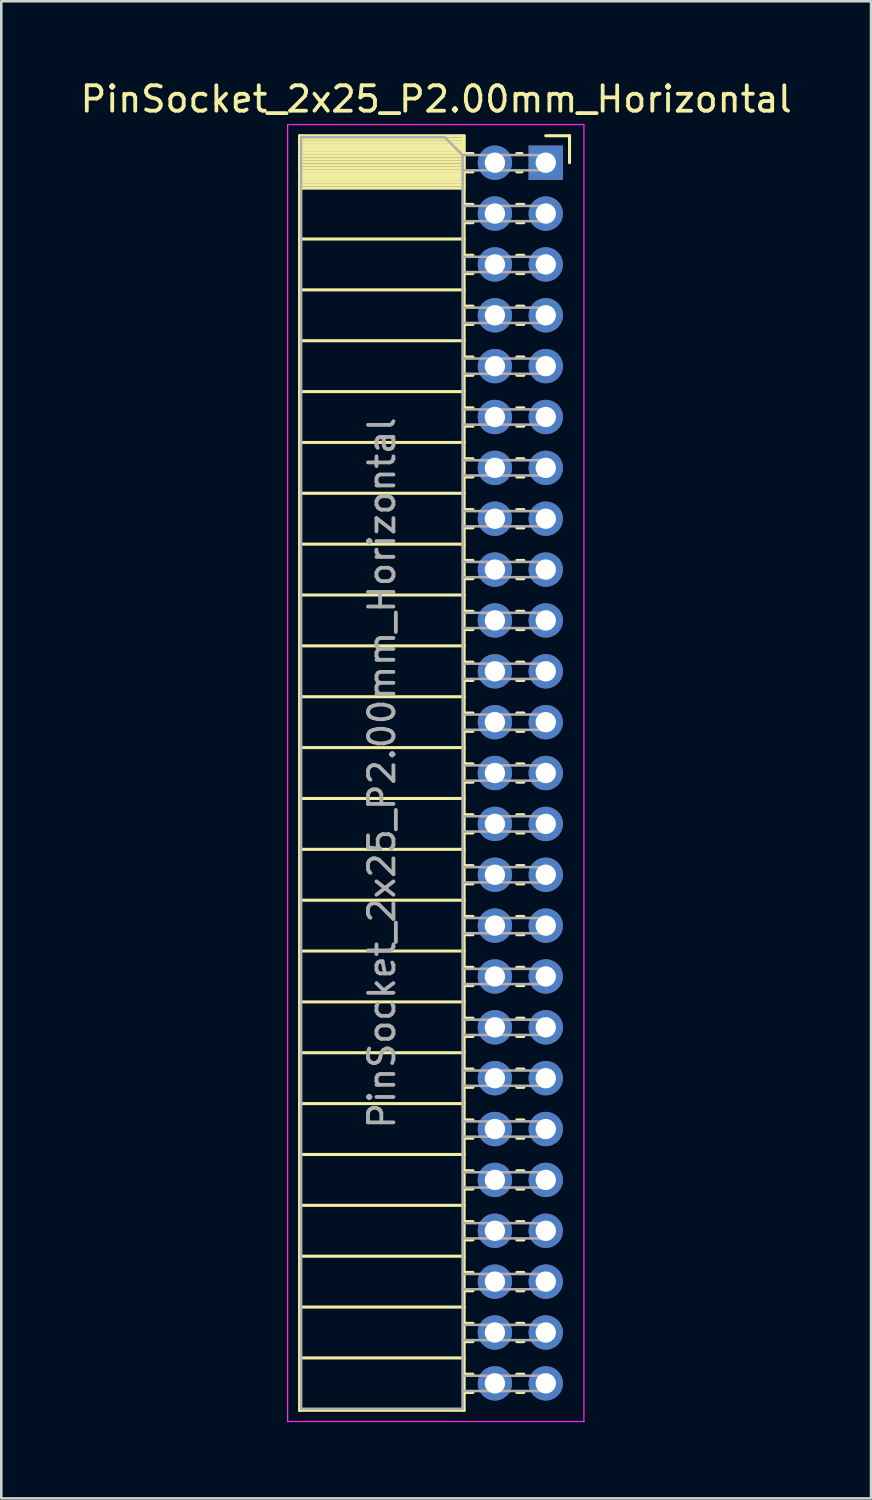
<source format=kicad_pcb>
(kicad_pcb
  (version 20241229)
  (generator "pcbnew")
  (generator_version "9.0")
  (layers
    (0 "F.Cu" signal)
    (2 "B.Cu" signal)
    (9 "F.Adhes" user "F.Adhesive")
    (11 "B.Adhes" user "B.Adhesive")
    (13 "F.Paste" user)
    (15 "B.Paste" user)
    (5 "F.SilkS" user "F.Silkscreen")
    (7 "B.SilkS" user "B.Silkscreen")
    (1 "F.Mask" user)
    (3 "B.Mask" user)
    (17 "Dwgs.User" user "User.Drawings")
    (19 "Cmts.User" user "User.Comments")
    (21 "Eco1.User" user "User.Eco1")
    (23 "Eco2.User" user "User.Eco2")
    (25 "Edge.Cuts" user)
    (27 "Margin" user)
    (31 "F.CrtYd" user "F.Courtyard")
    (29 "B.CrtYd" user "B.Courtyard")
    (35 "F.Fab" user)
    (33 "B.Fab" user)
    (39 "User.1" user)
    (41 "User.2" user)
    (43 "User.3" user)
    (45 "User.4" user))
  (footprint "PinSocket_2x25_P2.00mm_Horizontal"
    (layer "F.Cu")
    (at 18.411 3.348)
    (property "Reference" "PinSocket_2x25_P2.00mm_Horizontal" (at -4.31 -2.5 0) (layer "F.SilkS") (effects (font (size 1 1) (thickness 0.15))))
    (attr through_hole)
    (fp_line (start -9.68 -1.06) (end -9.68 49.06) (stroke (width 0.12) (type solid)) (layer "F.SilkS"))
    (fp_line (start -9.68 -1.06) (end -3.21 -1.06) (stroke (width 0.12) (type solid)) (layer "F.SilkS"))
    (fp_line (start -9.68 -0.94) (end -3.21 -0.94) (stroke (width 0.12) (type solid)) (layer "F.SilkS"))
    (fp_line (start -9.68 -0.826) (end -3.21 -0.826) (stroke (width 0.12) (type solid)) (layer "F.SilkS"))
    (fp_line (start -9.68 -0.712) (end -3.21 -0.712) (stroke (width 0.12) (type solid)) (layer "F.SilkS"))
    (fp_line (start -9.68 -0.598) (end -3.21 -0.598) (stroke (width 0.12) (type solid)) (layer "F.SilkS"))
    (fp_line (start -9.68 -0.484) (end -3.21 -0.484) (stroke (width 0.12) (type solid)) (layer "F.SilkS"))
    (fp_line (start -9.68 -0.369) (end -3.21 -0.369) (stroke (width 0.12) (type solid)) (layer "F.SilkS"))
    (fp_line (start -9.68 -0.255) (end -3.21 -0.255) (stroke (width 0.12) (type solid)) (layer "F.SilkS"))
    (fp_line (start -9.68 -0.141) (end -3.21 -0.141) (stroke (width 0.12) (type solid)) (layer "F.SilkS"))
    (fp_line (start -9.68 -0.027) (end -3.21 -0.027) (stroke (width 0.12) (type solid)) (layer "F.SilkS"))
    (fp_line (start -9.68 0.087) (end -3.21 0.087) (stroke (width 0.12) (type solid)) (layer "F.SilkS"))
    (fp_line (start -9.68 0.201) (end -3.21 0.201) (stroke (width 0.12) (type solid)) (layer "F.SilkS"))
    (fp_line (start -9.68 0.315) (end -3.21 0.315) (stroke (width 0.12) (type solid)) (layer "F.SilkS"))
    (fp_line (start -9.68 0.429) (end -3.21 0.429) (stroke (width 0.12) (type solid)) (layer "F.SilkS"))
    (fp_line (start -9.68 0.544) (end -3.21 0.544) (stroke (width 0.12) (type solid)) (layer "F.SilkS"))
    (fp_line (start -9.68 0.658) (end -3.21 0.658) (stroke (width 0.12) (type solid)) (layer "F.SilkS"))
    (fp_line (start -9.68 0.772) (end -3.21 0.772) (stroke (width 0.12) (type solid)) (layer "F.SilkS"))
    (fp_line (start -9.68 0.886) (end -3.21 0.886) (stroke (width 0.12) (type solid)) (layer "F.SilkS"))
    (fp_line (start -9.68 1) (end -3.21 1) (stroke (width 0.12) (type solid)) (layer "F.SilkS"))
    (fp_line (start -9.68 3) (end -3.21 3) (stroke (width 0.12) (type solid)) (layer "F.SilkS"))
    (fp_line (start -9.68 5) (end -3.21 5) (stroke (width 0.12) (type solid)) (layer "F.SilkS"))
    (fp_line (start -9.68 7) (end -3.21 7) (stroke (width 0.12) (type solid)) (layer "F.SilkS"))
    (fp_line (start -9.68 9) (end -3.21 9) (stroke (width 0.12) (type solid)) (layer "F.SilkS"))
    (fp_line (start -9.68 11) (end -3.21 11) (stroke (width 0.12) (type solid)) (layer "F.SilkS"))
    (fp_line (start -9.68 13) (end -3.21 13) (stroke (width 0.12) (type solid)) (layer "F.SilkS"))
    (fp_line (start -9.68 15) (end -3.21 15) (stroke (width 0.12) (type solid)) (layer "F.SilkS"))
    (fp_line (start -9.68 17) (end -3.21 17) (stroke (width 0.12) (type solid)) (layer "F.SilkS"))
    (fp_line (start -9.68 19) (end -3.21 19) (stroke (width 0.12) (type solid)) (layer "F.SilkS"))
    (fp_line (start -9.68 21) (end -3.21 21) (stroke (width 0.12) (type solid)) (layer "F.SilkS"))
    (fp_line (start -9.68 23) (end -3.21 23) (stroke (width 0.12) (type solid)) (layer "F.SilkS"))
    (fp_line (start -9.68 25) (end -3.21 25) (stroke (width 0.12) (type solid)) (layer "F.SilkS"))
    (fp_line (start -9.68 27) (end -3.21 27) (stroke (width 0.12) (type solid)) (layer "F.SilkS"))
    (fp_line (start -9.68 29) (end -3.21 29) (stroke (width 0.12) (type solid)) (layer "F.SilkS"))
    (fp_line (start -9.68 31) (end -3.21 31) (stroke (width 0.12) (type solid)) (layer "F.SilkS"))
    (fp_line (start -9.68 33) (end -3.21 33) (stroke (width 0.12) (type solid)) (layer "F.SilkS"))
    (fp_line (start -9.68 35) (end -3.21 35) (stroke (width 0.12) (type solid)) (layer "F.SilkS"))
    (fp_line (start -9.68 37) (end -3.21 37) (stroke (width 0.12) (type solid)) (layer "F.SilkS"))
    (fp_line (start -9.68 39) (end -3.21 39) (stroke (width 0.12) (type solid)) (layer "F.SilkS"))
    (fp_line (start -9.68 41) (end -3.21 41) (stroke (width 0.12) (type solid)) (layer "F.SilkS"))
    (fp_line (start -9.68 43) (end -3.21 43) (stroke (width 0.12) (type solid)) (layer "F.SilkS"))
    (fp_line (start -9.68 45) (end -3.21 45) (stroke (width 0.12) (type solid)) (layer "F.SilkS"))
    (fp_line (start -9.68 47) (end -3.21 47) (stroke (width 0.12) (type solid)) (layer "F.SilkS"))
    (fp_line (start -9.68 49.06) (end -3.21 49.06) (stroke (width 0.12) (type solid)) (layer "F.SilkS"))
    (fp_line (start -3.21 -1.06) (end -3.21 49.06) (stroke (width 0.12) (type solid)) (layer "F.SilkS"))
    (fp_line (start -3.21 -0.36) (end -2.863 -0.36) (stroke (width 0.12) (type solid)) (layer "F.SilkS"))
    (fp_line (start -3.21 0.36) (end -2.863 0.36) (stroke (width 0.12) (type solid)) (layer "F.SilkS"))
    (fp_line (start -3.21 1.64) (end -2.863 1.64) (stroke (width 0.12) (type solid)) (layer "F.SilkS"))
    (fp_line (start -3.21 2.36) (end -2.863 2.36) (stroke (width 0.12) (type solid)) (layer "F.SilkS"))
    (fp_line (start -3.21 3.64) (end -2.863 3.64) (stroke (width 0.12) (type solid)) (layer "F.SilkS"))
    (fp_line (start -3.21 4.36) (end -2.863 4.36) (stroke (width 0.12) (type solid)) (layer "F.SilkS"))
    (fp_line (start -3.21 5.64) (end -2.863 5.64) (stroke (width 0.12) (type solid)) (layer "F.SilkS"))
    (fp_line (start -3.21 6.36) (end -2.863 6.36) (stroke (width 0.12) (type solid)) (layer "F.SilkS"))
    (fp_line (start -3.21 7.64) (end -2.863 7.64) (stroke (width 0.12) (type solid)) (layer "F.SilkS"))
    (fp_line (start -3.21 8.36) (end -2.863 8.36) (stroke (width 0.12) (type solid)) (layer "F.SilkS"))
    (fp_line (start -3.21 9.64) (end -2.863 9.64) (stroke (width 0.12) (type solid)) (layer "F.SilkS"))
    (fp_line (start -3.21 10.36) (end -2.863 10.36) (stroke (width 0.12) (type solid)) (layer "F.SilkS"))
    (fp_line (start -3.21 11.64) (end -2.863 11.64) (stroke (width 0.12) (type solid)) (layer "F.SilkS"))
    (fp_line (start -3.21 12.36) (end -2.863 12.36) (stroke (width 0.12) (type solid)) (layer "F.SilkS"))
    (fp_line (start -3.21 13.64) (end -2.863 13.64) (stroke (width 0.12) (type solid)) (layer "F.SilkS"))
    (fp_line (start -3.21 14.36) (end -2.863 14.36) (stroke (width 0.12) (type solid)) (layer "F.SilkS"))
    (fp_line (start -3.21 15.64) (end -2.863 15.64) (stroke (width 0.12) (type solid)) (layer "F.SilkS"))
    (fp_line (start -3.21 16.36) (end -2.863 16.36) (stroke (width 0.12) (type solid)) (layer "F.SilkS"))
    (fp_line (start -3.21 17.64) (end -2.863 17.64) (stroke (width 0.12) (type solid)) (layer "F.SilkS"))
    (fp_line (start -3.21 18.36) (end -2.863 18.36) (stroke (width 0.12) (type solid)) (layer "F.SilkS"))
    (fp_line (start -3.21 19.64) (end -2.863 19.64) (stroke (width 0.12) (type solid)) (layer "F.SilkS"))
    (fp_line (start -3.21 20.36) (end -2.863 20.36) (stroke (width 0.12) (type solid)) (layer "F.SilkS"))
    (fp_line (start -3.21 21.64) (end -2.863 21.64) (stroke (width 0.12) (type solid)) (layer "F.SilkS"))
    (fp_line (start -3.21 22.36) (end -2.863 22.36) (stroke (width 0.12) (type solid)) (layer "F.SilkS"))
    (fp_line (start -3.21 23.64) (end -2.863 23.64) (stroke (width 0.12) (type solid)) (layer "F.SilkS"))
    (fp_line (start -3.21 24.36) (end -2.863 24.36) (stroke (width 0.12) (type solid)) (layer "F.SilkS"))
    (fp_line (start -3.21 25.64) (end -2.863 25.64) (stroke (width 0.12) (type solid)) (layer "F.SilkS"))
    (fp_line (start -3.21 26.36) (end -2.863 26.36) (stroke (width 0.12) (type solid)) (layer "F.SilkS"))
    (fp_line (start -3.21 27.64) (end -2.863 27.64) (stroke (width 0.12) (type solid)) (layer "F.SilkS"))
    (fp_line (start -3.21 28.36) (end -2.863 28.36) (stroke (width 0.12) (type solid)) (layer "F.SilkS"))
    (fp_line (start -3.21 29.64) (end -2.863 29.64) (stroke (width 0.12) (type solid)) (layer "F.SilkS"))
    (fp_line (start -3.21 30.36) (end -2.863 30.36) (stroke (width 0.12) (type solid)) (layer "F.SilkS"))
    (fp_line (start -3.21 31.64) (end -2.863 31.64) (stroke (width 0.12) (type solid)) (layer "F.SilkS"))
    (fp_line (start -3.21 32.36) (end -2.863 32.36) (stroke (width 0.12) (type solid)) (layer "F.SilkS"))
    (fp_line (start -3.21 33.64) (end -2.863 33.64) (stroke (width 0.12) (type solid)) (layer "F.SilkS"))
    (fp_line (start -3.21 34.36) (end -2.863 34.36) (stroke (width 0.12) (type solid)) (layer "F.SilkS"))
    (fp_line (start -3.21 35.64) (end -2.863 35.64) (stroke (width 0.12) (type solid)) (layer "F.SilkS"))
    (fp_line (start -3.21 36.36) (end -2.863 36.36) (stroke (width 0.12) (type solid)) (layer "F.SilkS"))
    (fp_line (start -3.21 37.64) (end -2.863 37.64) (stroke (width 0.12) (type solid)) (layer "F.SilkS"))
    (fp_line (start -3.21 38.36) (end -2.863 38.36) (stroke (width 0.12) (type solid)) (layer "F.SilkS"))
    (fp_line (start -3.21 39.64) (end -2.863 39.64) (stroke (width 0.12) (type solid)) (layer "F.SilkS"))
    (fp_line (start -3.21 40.36) (end -2.863 40.36) (stroke (width 0.12) (type solid)) (layer "F.SilkS"))
    (fp_line (start -3.21 41.64) (end -2.863 41.64) (stroke (width 0.12) (type solid)) (layer "F.SilkS"))
    (fp_line (start -3.21 42.36) (end -2.863 42.36) (stroke (width 0.12) (type solid)) (layer "F.SilkS"))
    (fp_line (start -3.21 43.64) (end -2.863 43.64) (stroke (width 0.12) (type solid)) (layer "F.SilkS"))
    (fp_line (start -3.21 44.36) (end -2.863 44.36) (stroke (width 0.12) (type solid)) (layer "F.SilkS"))
    (fp_line (start -3.21 45.64) (end -2.863 45.64) (stroke (width 0.12) (type solid)) (layer "F.SilkS"))
    (fp_line (start -3.21 46.36) (end -2.863 46.36) (stroke (width 0.12) (type solid)) (layer "F.SilkS"))
    (fp_line (start -3.21 47.64) (end -2.863 47.64) (stroke (width 0.12) (type solid)) (layer "F.SilkS"))
    (fp_line (start -3.21 48.36) (end -2.863 48.36) (stroke (width 0.12) (type solid)) (layer "F.SilkS"))
    (fp_line (start -1.137 -0.36) (end -0.935 -0.36) (stroke (width 0.12) (type solid)) (layer "F.SilkS"))
    (fp_line (start -1.137 0.36) (end -0.935 0.36) (stroke (width 0.12) (type solid)) (layer "F.SilkS"))
    (fp_line (start -1.137 1.64) (end -0.863 1.64) (stroke (width 0.12) (type solid)) (layer "F.SilkS"))
    (fp_line (start -1.137 2.36) (end -0.863 2.36) (stroke (width 0.12) (type solid)) (layer "F.SilkS"))
    (fp_line (start -1.137 3.64) (end -0.863 3.64) (stroke (width 0.12) (type solid)) (layer "F.SilkS"))
    (fp_line (start -1.137 4.36) (end -0.863 4.36) (stroke (width 0.12) (type solid)) (layer "F.SilkS"))
    (fp_line (start -1.137 5.64) (end -0.863 5.64) (stroke (width 0.12) (type solid)) (layer "F.SilkS"))
    (fp_line (start -1.137 6.36) (end -0.863 6.36) (stroke (width 0.12) (type solid)) (layer "F.SilkS"))
    (fp_line (start -1.137 7.64) (end -0.863 7.64) (stroke (width 0.12) (type solid)) (layer "F.SilkS"))
    (fp_line (start -1.137 8.36) (end -0.863 8.36) (stroke (width 0.12) (type solid)) (layer "F.SilkS"))
    (fp_line (start -1.137 9.64) (end -0.863 9.64) (stroke (width 0.12) (type solid)) (layer "F.SilkS"))
    (fp_line (start -1.137 10.36) (end -0.863 10.36) (stroke (width 0.12) (type solid)) (layer "F.SilkS"))
    (fp_line (start -1.137 11.64) (end -0.863 11.64) (stroke (width 0.12) (type solid)) (layer "F.SilkS"))
    (fp_line (start -1.137 12.36) (end -0.863 12.36) (stroke (width 0.12) (type solid)) (layer "F.SilkS"))
    (fp_line (start -1.137 13.64) (end -0.863 13.64) (stroke (width 0.12) (type solid)) (layer "F.SilkS"))
    (fp_line (start -1.137 14.36) (end -0.863 14.36) (stroke (width 0.12) (type solid)) (layer "F.SilkS"))
    (fp_line (start -1.137 15.64) (end -0.863 15.64) (stroke (width 0.12) (type solid)) (layer "F.SilkS"))
    (fp_line (start -1.137 16.36) (end -0.863 16.36) (stroke (width 0.12) (type solid)) (layer "F.SilkS"))
    (fp_line (start -1.137 17.64) (end -0.863 17.64) (stroke (width 0.12) (type solid)) (layer "F.SilkS"))
    (fp_line (start -1.137 18.36) (end -0.863 18.36) (stroke (width 0.12) (type solid)) (layer "F.SilkS"))
    (fp_line (start -1.137 19.64) (end -0.863 19.64) (stroke (width 0.12) (type solid)) (layer "F.SilkS"))
    (fp_line (start -1.137 20.36) (end -0.863 20.36) (stroke (width 0.12) (type solid)) (layer "F.SilkS"))
    (fp_line (start -1.137 21.64) (end -0.863 21.64) (stroke (width 0.12) (type solid)) (layer "F.SilkS"))
    (fp_line (start -1.137 22.36) (end -0.863 22.36) (stroke (width 0.12) (type solid)) (layer "F.SilkS"))
    (fp_line (start -1.137 23.64) (end -0.863 23.64) (stroke (width 0.12) (type solid)) (layer "F.SilkS"))
    (fp_line (start -1.137 24.36) (end -0.863 24.36) (stroke (width 0.12) (type solid)) (layer "F.SilkS"))
    (fp_line (start -1.137 25.64) (end -0.863 25.64) (stroke (width 0.12) (type solid)) (layer "F.SilkS"))
    (fp_line (start -1.137 26.36) (end -0.863 26.36) (stroke (width 0.12) (type solid)) (layer "F.SilkS"))
    (fp_line (start -1.137 27.64) (end -0.863 27.64) (stroke (width 0.12) (type solid)) (layer "F.SilkS"))
    (fp_line (start -1.137 28.36) (end -0.863 28.36) (stroke (width 0.12) (type solid)) (layer "F.SilkS"))
    (fp_line (start -1.137 29.64) (end -0.863 29.64) (stroke (width 0.12) (type solid)) (layer "F.SilkS"))
    (fp_line (start -1.137 30.36) (end -0.863 30.36) (stroke (width 0.12) (type solid)) (layer "F.SilkS"))
    (fp_line (start -1.137 31.64) (end -0.863 31.64) (stroke (width 0.12) (type solid)) (layer "F.SilkS"))
    (fp_line (start -1.137 32.36) (end -0.863 32.36) (stroke (width 0.12) (type solid)) (layer "F.SilkS"))
    (fp_line (start -1.137 33.64) (end -0.863 33.64) (stroke (width 0.12) (type solid)) (layer "F.SilkS"))
    (fp_line (start -1.137 34.36) (end -0.863 34.36) (stroke (width 0.12) (type solid)) (layer "F.SilkS"))
    (fp_line (start -1.137 35.64) (end -0.863 35.64) (stroke (width 0.12) (type solid)) (layer "F.SilkS"))
    (fp_line (start -1.137 36.36) (end -0.863 36.36) (stroke (width 0.12) (type solid)) (layer "F.SilkS"))
    (fp_line (start -1.137 37.64) (end -0.863 37.64) (stroke (width 0.12) (type solid)) (layer "F.SilkS"))
    (fp_line (start -1.137 38.36) (end -0.863 38.36) (stroke (width 0.12) (type solid)) (layer "F.SilkS"))
    (fp_line (start -1.137 39.64) (end -0.863 39.64) (stroke (width 0.12) (type solid)) (layer "F.SilkS"))
    (fp_line (start -1.137 40.36) (end -0.863 40.36) (stroke (width 0.12) (type solid)) (layer "F.SilkS"))
    (fp_line (start -1.137 41.64) (end -0.863 41.64) (stroke (width 0.12) (type solid)) (layer "F.SilkS"))
    (fp_line (start -1.137 42.36) (end -0.863 42.36) (stroke (width 0.12) (type solid)) (layer "F.SilkS"))
    (fp_line (start -1.137 43.64) (end -0.863 43.64) (stroke (width 0.12) (type solid)) (layer "F.SilkS"))
    (fp_line (start -1.137 44.36) (end -0.863 44.36) (stroke (width 0.12) (type solid)) (layer "F.SilkS"))
    (fp_line (start -1.137 45.64) (end -0.863 45.64) (stroke (width 0.12) (type solid)) (layer "F.SilkS"))
    (fp_line (start -1.137 46.36) (end -0.863 46.36) (stroke (width 0.12) (type solid)) (layer "F.SilkS"))
    (fp_line (start -1.137 47.64) (end -0.863 47.64) (stroke (width 0.12) (type solid)) (layer "F.SilkS"))
    (fp_line (start -1.137 48.36) (end -0.863 48.36) (stroke (width 0.12) (type solid)) (layer "F.SilkS"))
    (fp_line (start 0 -1.06) (end 0.935 -1.06) (stroke (width 0.12) (type solid)) (layer "F.SilkS"))
    (fp_line (start 0.935 -1.06) (end 0.935 0) (stroke (width 0.12) (type solid)) (layer "F.SilkS"))
    (fp_line (start -10.15 -1.5) (end -10.15 49.5) (stroke (width 0.05) (type solid)) (layer "F.CrtYd"))
    (fp_line (start -10.15 49.5) (end 1.5 49.5) (stroke (width 0.05) (type solid)) (layer "F.CrtYd"))
    (fp_line (start 1.5 -1.5) (end -10.15 -1.5) (stroke (width 0.05) (type solid)) (layer "F.CrtYd"))
    (fp_line (start 1.5 49.5) (end 1.5 -1.5) (stroke (width 0.05) (type solid)) (layer "F.CrtYd"))
    (fp_line (start -9.62 -1) (end -3.97 -1) (stroke (width 0.1) (type solid)) (layer "F.Fab"))
    (fp_line (start -9.62 49) (end -9.62 -1) (stroke (width 0.1) (type solid)) (layer "F.Fab"))
    (fp_line (start -3.97 -1) (end -3.27 -0.3) (stroke (width 0.1) (type solid)) (layer "F.Fab"))
    (fp_line (start -3.27 -0.3) (end -3.27 49) (stroke (width 0.1) (type solid)) (layer "F.Fab"))
    (fp_line (start -3.27 0.3) (end 0 0.3) (stroke (width 0.1) (type solid)) (layer "F.Fab"))
    (fp_line (start -3.27 2.3) (end 0 2.3) (stroke (width 0.1) (type solid)) (layer "F.Fab"))
    (fp_line (start -3.27 4.3) (end 0 4.3) (stroke (width 0.1) (type solid)) (layer "F.Fab"))
    (fp_line (start -3.27 6.3) (end 0 6.3) (stroke (width 0.1) (type solid)) (layer "F.Fab"))
    (fp_line (start -3.27 8.3) (end 0 8.3) (stroke (width 0.1) (type solid)) (layer "F.Fab"))
    (fp_line (start -3.27 10.3) (end 0 10.3) (stroke (width 0.1) (type solid)) (layer "F.Fab"))
    (fp_line (start -3.27 12.3) (end 0 12.3) (stroke (width 0.1) (type solid)) (layer "F.Fab"))
    (fp_line (start -3.27 14.3) (end 0 14.3) (stroke (width 0.1) (type solid)) (layer "F.Fab"))
    (fp_line (start -3.27 16.3) (end 0 16.3) (stroke (width 0.1) (type solid)) (layer "F.Fab"))
    (fp_line (start -3.27 18.3) (end 0 18.3) (stroke (width 0.1) (type solid)) (layer "F.Fab"))
    (fp_line (start -3.27 20.3) (end 0 20.3) (stroke (width 0.1) (type solid)) (layer "F.Fab"))
    (fp_line (start -3.27 22.3) (end 0 22.3) (stroke (width 0.1) (type solid)) (layer "F.Fab"))
    (fp_line (start -3.27 24.3) (end 0 24.3) (stroke (width 0.1) (type solid)) (layer "F.Fab"))
    (fp_line (start -3.27 26.3) (end 0 26.3) (stroke (width 0.1) (type solid)) (layer "F.Fab"))
    (fp_line (start -3.27 28.3) (end 0 28.3) (stroke (width 0.1) (type solid)) (layer "F.Fab"))
    (fp_line (start -3.27 30.3) (end 0 30.3) (stroke (width 0.1) (type solid)) (layer "F.Fab"))
    (fp_line (start -3.27 32.3) (end 0 32.3) (stroke (width 0.1) (type solid)) (layer "F.Fab"))
    (fp_line (start -3.27 34.3) (end 0 34.3) (stroke (width 0.1) (type solid)) (layer "F.Fab"))
    (fp_line (start -3.27 36.3) (end 0 36.3) (stroke (width 0.1) (type solid)) (layer "F.Fab"))
    (fp_line (start -3.27 38.3) (end 0 38.3) (stroke (width 0.1) (type solid)) (layer "F.Fab"))
    (fp_line (start -3.27 40.3) (end 0 40.3) (stroke (width 0.1) (type solid)) (layer "F.Fab"))
    (fp_line (start -3.27 42.3) (end 0 42.3) (stroke (width 0.1) (type solid)) (layer "F.Fab"))
    (fp_line (start -3.27 44.3) (end 0 44.3) (stroke (width 0.1) (type solid)) (layer "F.Fab"))
    (fp_line (start -3.27 46.3) (end 0 46.3) (stroke (width 0.1) (type solid)) (layer "F.Fab"))
    (fp_line (start -3.27 48.3) (end 0 48.3) (stroke (width 0.1) (type solid)) (layer "F.Fab"))
    (fp_line (start -3.27 49) (end -9.62 49) (stroke (width 0.1) (type solid)) (layer "F.Fab"))
    (fp_line (start 0 -0.3) (end -3.27 -0.3) (stroke (width 0.1) (type solid)) (layer "F.Fab"))
    (fp_line (start 0 0.3) (end 0 -0.3) (stroke (width 0.1) (type solid)) (layer "F.Fab"))
    (fp_line (start 0 1.7) (end -3.27 1.7) (stroke (width 0.1) (type solid)) (layer "F.Fab"))
    (fp_line (start 0 2.3) (end 0 1.7) (stroke (width 0.1) (type solid)) (layer "F.Fab"))
    (fp_line (start 0 3.7) (end -3.27 3.7) (stroke (width 0.1) (type solid)) (layer "F.Fab"))
    (fp_line (start 0 4.3) (end 0 3.7) (stroke (width 0.1) (type solid)) (layer "F.Fab"))
    (fp_line (start 0 5.7) (end -3.27 5.7) (stroke (width 0.1) (type solid)) (layer "F.Fab"))
    (fp_line (start 0 6.3) (end 0 5.7) (stroke (width 0.1) (type solid)) (layer "F.Fab"))
    (fp_line (start 0 7.7) (end -3.27 7.7) (stroke (width 0.1) (type solid)) (layer "F.Fab"))
    (fp_line (start 0 8.3) (end 0 7.7) (stroke (width 0.1) (type solid)) (layer "F.Fab"))
    (fp_line (start 0 9.7) (end -3.27 9.7) (stroke (width 0.1) (type solid)) (layer "F.Fab"))
    (fp_line (start 0 10.3) (end 0 9.7) (stroke (width 0.1) (type solid)) (layer "F.Fab"))
    (fp_line (start 0 11.7) (end -3.27 11.7) (stroke (width 0.1) (type solid)) (layer "F.Fab"))
    (fp_line (start 0 12.3) (end 0 11.7) (stroke (width 0.1) (type solid)) (layer "F.Fab"))
    (fp_line (start 0 13.7) (end -3.27 13.7) (stroke (width 0.1) (type solid)) (layer "F.Fab"))
    (fp_line (start 0 14.3) (end 0 13.7) (stroke (width 0.1) (type solid)) (layer "F.Fab"))
    (fp_line (start 0 15.7) (end -3.27 15.7) (stroke (width 0.1) (type solid)) (layer "F.Fab"))
    (fp_line (start 0 16.3) (end 0 15.7) (stroke (width 0.1) (type solid)) (layer "F.Fab"))
    (fp_line (start 0 17.7) (end -3.27 17.7) (stroke (width 0.1) (type solid)) (layer "F.Fab"))
    (fp_line (start 0 18.3) (end 0 17.7) (stroke (width 0.1) (type solid)) (layer "F.Fab"))
    (fp_line (start 0 19.7) (end -3.27 19.7) (stroke (width 0.1) (type solid)) (layer "F.Fab"))
    (fp_line (start 0 20.3) (end 0 19.7) (stroke (width 0.1) (type solid)) (layer "F.Fab"))
    (fp_line (start 0 21.7) (end -3.27 21.7) (stroke (width 0.1) (type solid)) (layer "F.Fab"))
    (fp_line (start 0 22.3) (end 0 21.7) (stroke (width 0.1) (type solid)) (layer "F.Fab"))
    (fp_line (start 0 23.7) (end -3.27 23.7) (stroke (width 0.1) (type solid)) (layer "F.Fab"))
    (fp_line (start 0 24.3) (end 0 23.7) (stroke (width 0.1) (type solid)) (layer "F.Fab"))
    (fp_line (start 0 25.7) (end -3.27 25.7) (stroke (width 0.1) (type solid)) (layer "F.Fab"))
    (fp_line (start 0 26.3) (end 0 25.7) (stroke (width 0.1) (type solid)) (layer "F.Fab"))
    (fp_line (start 0 27.7) (end -3.27 27.7) (stroke (width 0.1) (type solid)) (layer "F.Fab"))
    (fp_line (start 0 28.3) (end 0 27.7) (stroke (width 0.1) (type solid)) (layer "F.Fab"))
    (fp_line (start 0 29.7) (end -3.27 29.7) (stroke (width 0.1) (type solid)) (layer "F.Fab"))
    (fp_line (start 0 30.3) (end 0 29.7) (stroke (width 0.1) (type solid)) (layer "F.Fab"))
    (fp_line (start 0 31.7) (end -3.27 31.7) (stroke (width 0.1) (type solid)) (layer "F.Fab"))
    (fp_line (start 0 32.3) (end 0 31.7) (stroke (width 0.1) (type solid)) (layer "F.Fab"))
    (fp_line (start 0 33.7) (end -3.27 33.7) (stroke (width 0.1) (type solid)) (layer "F.Fab"))
    (fp_line (start 0 34.3) (end 0 33.7) (stroke (width 0.1) (type solid)) (layer "F.Fab"))
    (fp_line (start 0 35.7) (end -3.27 35.7) (stroke (width 0.1) (type solid)) (layer "F.Fab"))
    (fp_line (start 0 36.3) (end 0 35.7) (stroke (width 0.1) (type solid)) (layer "F.Fab"))
    (fp_line (start 0 37.7) (end -3.27 37.7) (stroke (width 0.1) (type solid)) (layer "F.Fab"))
    (fp_line (start 0 38.3) (end 0 37.7) (stroke (width 0.1) (type solid)) (layer "F.Fab"))
    (fp_line (start 0 39.7) (end -3.27 39.7) (stroke (width 0.1) (type solid)) (layer "F.Fab"))
    (fp_line (start 0 40.3) (end 0 39.7) (stroke (width 0.1) (type solid)) (layer "F.Fab"))
    (fp_line (start 0 41.7) (end -3.27 41.7) (stroke (width 0.1) (type solid)) (layer "F.Fab"))
    (fp_line (start 0 42.3) (end 0 41.7) (stroke (width 0.1) (type solid)) (layer "F.Fab"))
    (fp_line (start 0 43.7) (end -3.27 43.7) (stroke (width 0.1) (type solid)) (layer "F.Fab"))
    (fp_line (start 0 44.3) (end 0 43.7) (stroke (width 0.1) (type solid)) (layer "F.Fab"))
    (fp_line (start 0 45.7) (end -3.27 45.7) (stroke (width 0.1) (type solid)) (layer "F.Fab"))
    (fp_line (start 0 46.3) (end 0 45.7) (stroke (width 0.1) (type solid)) (layer "F.Fab"))
    (fp_line (start 0 47.7) (end -3.27 47.7) (stroke (width 0.1) (type solid)) (layer "F.Fab"))
    (fp_line (start 0 48.3) (end 0 47.7) (stroke (width 0.1) (type solid)) (layer "F.Fab"))
    (fp_text user "${REFERENCE}" (at -6.445 24 90) (layer "F.Fab") (effects (font (size 1 1) (thickness 0.15))))
    (pad "1" thru_hole rect (at 0 0) (size 1.35 1.35) (drill 0.8) (layers "*.Cu" "*.Mask"))
    (pad "2" thru_hole oval (at -2 0) (size 1.35 1.35) (drill 0.8) (layers "*.Cu" "*.Mask"))
    (pad "3" thru_hole oval (at 0 2) (size 1.35 1.35) (drill 0.8) (layers "*.Cu" "*.Mask"))
    (pad "4" thru_hole oval (at -2 2) (size 1.35 1.35) (drill 0.8) (layers "*.Cu" "*.Mask"))
    (pad "5" thru_hole oval (at 0 4) (size 1.35 1.35) (drill 0.8) (layers "*.Cu" "*.Mask"))
    (pad "6" thru_hole oval (at -2 4) (size 1.35 1.35) (drill 0.8) (layers "*.Cu" "*.Mask"))
    (pad "7" thru_hole oval (at 0 6) (size 1.35 1.35) (drill 0.8) (layers "*.Cu" "*.Mask"))
    (pad "8" thru_hole oval (at -2 6) (size 1.35 1.35) (drill 0.8) (layers "*.Cu" "*.Mask"))
    (pad "9" thru_hole oval (at 0 8) (size 1.35 1.35) (drill 0.8) (layers "*.Cu" "*.Mask"))
    (pad "10" thru_hole oval (at -2 8) (size 1.35 1.35) (drill 0.8) (layers "*.Cu" "*.Mask"))
    (pad "11" thru_hole oval (at 0 10) (size 1.35 1.35) (drill 0.8) (layers "*.Cu" "*.Mask"))
    (pad "12" thru_hole oval (at -2 10) (size 1.35 1.35) (drill 0.8) (layers "*.Cu" "*.Mask"))
    (pad "13" thru_hole oval (at 0 12) (size 1.35 1.35) (drill 0.8) (layers "*.Cu" "*.Mask"))
    (pad "14" thru_hole oval (at -2 12) (size 1.35 1.35) (drill 0.8) (layers "*.Cu" "*.Mask"))
    (pad "15" thru_hole oval (at 0 14) (size 1.35 1.35) (drill 0.8) (layers "*.Cu" "*.Mask"))
    (pad "16" thru_hole oval (at -2 14) (size 1.35 1.35) (drill 0.8) (layers "*.Cu" "*.Mask"))
    (pad "17" thru_hole oval (at 0 16) (size 1.35 1.35) (drill 0.8) (layers "*.Cu" "*.Mask"))
    (pad "18" thru_hole oval (at -2 16) (size 1.35 1.35) (drill 0.8) (layers "*.Cu" "*.Mask"))
    (pad "19" thru_hole oval (at 0 18) (size 1.35 1.35) (drill 0.8) (layers "*.Cu" "*.Mask"))
    (pad "20" thru_hole oval (at -2 18) (size 1.35 1.35) (drill 0.8) (layers "*.Cu" "*.Mask"))
    (pad "21" thru_hole oval (at 0 20) (size 1.35 1.35) (drill 0.8) (layers "*.Cu" "*.Mask"))
    (pad "22" thru_hole oval (at -2 20) (size 1.35 1.35) (drill 0.8) (layers "*.Cu" "*.Mask"))
    (pad "23" thru_hole oval (at 0 22) (size 1.35 1.35) (drill 0.8) (layers "*.Cu" "*.Mask"))
    (pad "24" thru_hole oval (at -2 22) (size 1.35 1.35) (drill 0.8) (layers "*.Cu" "*.Mask"))
    (pad "25" thru_hole oval (at 0 24) (size 1.35 1.35) (drill 0.8) (layers "*.Cu" "*.Mask"))
    (pad "26" thru_hole oval (at -2 24) (size 1.35 1.35) (drill 0.8) (layers "*.Cu" "*.Mask"))
    (pad "27" thru_hole oval (at 0 26) (size 1.35 1.35) (drill 0.8) (layers "*.Cu" "*.Mask"))
    (pad "28" thru_hole oval (at -2 26) (size 1.35 1.35) (drill 0.8) (layers "*.Cu" "*.Mask"))
    (pad "29" thru_hole oval (at 0 28) (size 1.35 1.35) (drill 0.8) (layers "*.Cu" "*.Mask"))
    (pad "30" thru_hole oval (at -2 28) (size 1.35 1.35) (drill 0.8) (layers "*.Cu" "*.Mask"))
    (pad "31" thru_hole oval (at 0 30) (size 1.35 1.35) (drill 0.8) (layers "*.Cu" "*.Mask"))
    (pad "32" thru_hole oval (at -2 30) (size 1.35 1.35) (drill 0.8) (layers "*.Cu" "*.Mask"))
    (pad "33" thru_hole oval (at 0 32) (size 1.35 1.35) (drill 0.8) (layers "*.Cu" "*.Mask"))
    (pad "34" thru_hole oval (at -2 32) (size 1.35 1.35) (drill 0.8) (layers "*.Cu" "*.Mask"))
    (pad "35" thru_hole oval (at 0 34) (size 1.35 1.35) (drill 0.8) (layers "*.Cu" "*.Mask"))
    (pad "36" thru_hole oval (at -2 34) (size 1.35 1.35) (drill 0.8) (layers "*.Cu" "*.Mask"))
    (pad "37" thru_hole oval (at 0 36) (size 1.35 1.35) (drill 0.8) (layers "*.Cu" "*.Mask"))
    (pad "38" thru_hole oval (at -2 36) (size 1.35 1.35) (drill 0.8) (layers "*.Cu" "*.Mask"))
    (pad "39" thru_hole oval (at 0 38) (size 1.35 1.35) (drill 0.8) (layers "*.Cu" "*.Mask"))
    (pad "40" thru_hole oval (at -2 38) (size 1.35 1.35) (drill 0.8) (layers "*.Cu" "*.Mask"))
    (pad "41" thru_hole oval (at 0 40) (size 1.35 1.35) (drill 0.8) (layers "*.Cu" "*.Mask"))
    (pad "42" thru_hole oval (at -2 40) (size 1.35 1.35) (drill 0.8) (layers "*.Cu" "*.Mask"))
    (pad "43" thru_hole oval (at 0 42) (size 1.35 1.35) (drill 0.8) (layers "*.Cu" "*.Mask"))
    (pad "44" thru_hole oval (at -2 42) (size 1.35 1.35) (drill 0.8) (layers "*.Cu" "*.Mask"))
    (pad "45" thru_hole oval (at 0 44) (size 1.35 1.35) (drill 0.8) (layers "*.Cu" "*.Mask"))
    (pad "46" thru_hole oval (at -2 44) (size 1.35 1.35) (drill 0.8) (layers "*.Cu" "*.Mask"))
    (pad "47" thru_hole oval (at 0 46) (size 1.35 1.35) (drill 0.8) (layers "*.Cu" "*.Mask"))
    (pad "48" thru_hole oval (at -2 46) (size 1.35 1.35) (drill 0.8) (layers "*.Cu" "*.Mask"))
    (pad "49" thru_hole oval (at 0 48) (size 1.35 1.35) (drill 0.8) (layers "*.Cu" "*.Mask"))
    (pad "50" thru_hole oval (at -2 48) (size 1.35 1.35) (drill 0.8) (layers "*.Cu" "*.Mask")))
  (gr_rect
    (start -3 -3)
    (end 31.202 55.873)
    (stroke (width 0.1) (type default))
    (fill no)
    (layer "Edge.Cuts")))
</source>
